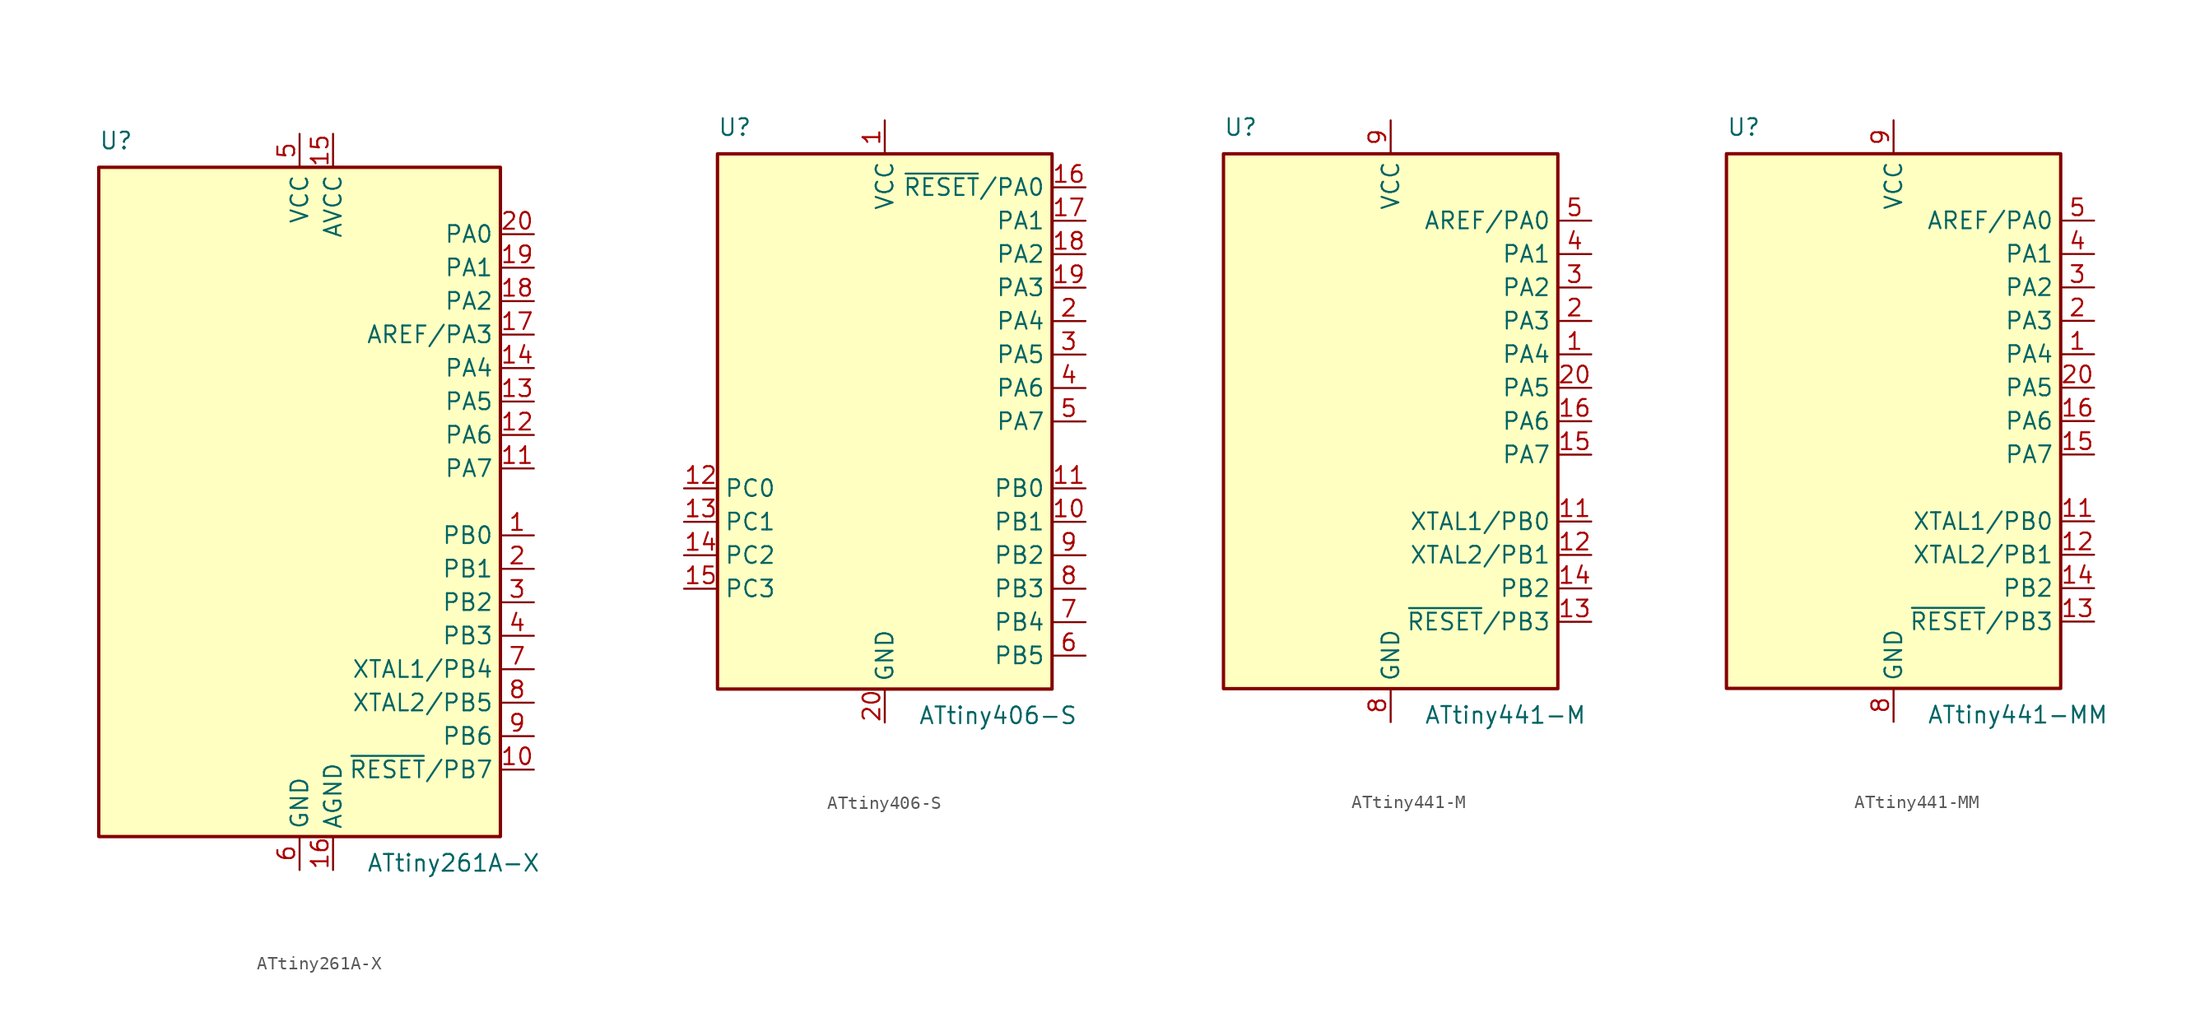
<source format=kicad_sym>
(kicad_symbol_lib
  (version 20201005)
  (generator kicad_symbol_editor)
  (symbol "MCU_Microchip_ATtiny:ATtiny261A-X"
    (property "Reference" "U"
      (at -15.24 26.67 0)
      (effects (font (size 1.27 1.27)) (justify left bottom)))
    (property "Value" "ATtiny261A-X"
      (at 5.08 -26.67 0)
      (effects (font (size 1.27 1.27)) (justify left top)))
    (symbol "ATtiny261A-X_0_1"
      (rectangle (start -15.24 -25.4) (end 15.24 25.4) (stroke (width 0.254)) (fill (type background))))
    (symbol "ATtiny261A-X_1_1"
      (pin bidirectional line (at 17.78 -2.54 180) (length 2.54) (name "PB0" (effects (font (size 1.27 1.27)))) (number "1" (effects (font (size 1.27 1.27)))))
      (pin bidirectional line (at 17.78 -20.32 180) (length 2.54) (name "~RESET~/PB7" (effects (font (size 1.27 1.27)))) (number "10" (effects (font (size 1.27 1.27)))))
      (pin bidirectional line (at 17.78 2.54 180) (length 2.54) (name "PA7" (effects (font (size 1.27 1.27)))) (number "11" (effects (font (size 1.27 1.27)))))
      (pin bidirectional line (at 17.78 5.08 180) (length 2.54) (name "PA6" (effects (font (size 1.27 1.27)))) (number "12" (effects (font (size 1.27 1.27)))))
      (pin bidirectional line (at 17.78 7.62 180) (length 2.54) (name "PA5" (effects (font (size 1.27 1.27)))) (number "13" (effects (font (size 1.27 1.27)))))
      (pin bidirectional line (at 17.78 10.16 180) (length 2.54) (name "PA4" (effects (font (size 1.27 1.27)))) (number "14" (effects (font (size 1.27 1.27)))))
      (pin power_in line (at 2.54 27.94 270) (length 2.54) (name "AVCC" (effects (font (size 1.27 1.27)))) (number "15" (effects (font (size 1.27 1.27)))))
      (pin power_in line (at 2.54 -27.94 90) (length 2.54) (name "AGND" (effects (font (size 1.27 1.27)))) (number "16" (effects (font (size 1.27 1.27)))))
      (pin bidirectional line (at 17.78 12.7 180) (length 2.54) (name "AREF/PA3" (effects (font (size 1.27 1.27)))) (number "17" (effects (font (size 1.27 1.27)))))
      (pin bidirectional line (at 17.78 15.24 180) (length 2.54) (name "PA2" (effects (font (size 1.27 1.27)))) (number "18" (effects (font (size 1.27 1.27)))))
      (pin bidirectional line (at 17.78 17.78 180) (length 2.54) (name "PA1" (effects (font (size 1.27 1.27)))) (number "19" (effects (font (size 1.27 1.27)))))
      (pin bidirectional line (at 17.78 -5.08 180) (length 2.54) (name "PB1" (effects (font (size 1.27 1.27)))) (number "2" (effects (font (size 1.27 1.27)))))
      (pin bidirectional line (at 17.78 20.32 180) (length 2.54) (name "PA0" (effects (font (size 1.27 1.27)))) (number "20" (effects (font (size 1.27 1.27)))))
      (pin bidirectional line (at 17.78 -7.62 180) (length 2.54) (name "PB2" (effects (font (size 1.27 1.27)))) (number "3" (effects (font (size 1.27 1.27)))))
      (pin bidirectional line (at 17.78 -10.16 180) (length 2.54) (name "PB3" (effects (font (size 1.27 1.27)))) (number "4" (effects (font (size 1.27 1.27)))))
      (pin power_in line (at 0 27.94 270) (length 2.54) (name "VCC" (effects (font (size 1.27 1.27)))) (number "5" (effects (font (size 1.27 1.27)))))
      (pin power_in line (at 0 -27.94 90) (length 2.54) (name "GND" (effects (font (size 1.27 1.27)))) (number "6" (effects (font (size 1.27 1.27)))))
      (pin bidirectional line (at 17.78 -12.7 180) (length 2.54) (name "XTAL1/PB4" (effects (font (size 1.27 1.27)))) (number "7" (effects (font (size 1.27 1.27)))))
      (pin bidirectional line (at 17.78 -15.24 180) (length 2.54) (name "XTAL2/PB5" (effects (font (size 1.27 1.27)))) (number "8" (effects (font (size 1.27 1.27)))))
      (pin bidirectional line (at 17.78 -17.78 180) (length 2.54) (name "PB6" (effects (font (size 1.27 1.27)))) (number "9" (effects (font (size 1.27 1.27)))))))
  (symbol "MCU_Microchip_ATtiny:ATtiny406-S"
    (property "Reference" "U"
      (at -12.7 21.59 0)
      (effects (font (size 1.27 1.27)) (justify left bottom)))
    (property "Value" "ATtiny406-S"
      (at 2.54 -21.59 0)
      (effects (font (size 1.27 1.27)) (justify left top)))
    (symbol "ATtiny406-S_0_1"
      (rectangle (start -12.7 -20.32) (end 12.7 20.32) (stroke (width 0.254)) (fill (type background))))
    (symbol "ATtiny406-S_1_1"
      (pin power_in line (at 0 22.86 270) (length 2.54) (name "VCC" (effects (font (size 1.27 1.27)))) (number "1" (effects (font (size 1.27 1.27)))))
      (pin bidirectional line (at 15.24 -7.62 180) (length 2.54) (name "PB1" (effects (font (size 1.27 1.27)))) (number "10" (effects (font (size 1.27 1.27)))))
      (pin bidirectional line (at 15.24 -5.08 180) (length 2.54) (name "PB0" (effects (font (size 1.27 1.27)))) (number "11" (effects (font (size 1.27 1.27)))))
      (pin bidirectional line (at -15.24 -5.08 0) (length 2.54) (name "PC0" (effects (font (size 1.27 1.27)))) (number "12" (effects (font (size 1.27 1.27)))))
      (pin bidirectional line (at -15.24 -7.62 0) (length 2.54) (name "PC1" (effects (font (size 1.27 1.27)))) (number "13" (effects (font (size 1.27 1.27)))))
      (pin bidirectional line (at -15.24 -10.16 0) (length 2.54) (name "PC2" (effects (font (size 1.27 1.27)))) (number "14" (effects (font (size 1.27 1.27)))))
      (pin bidirectional line (at -15.24 -12.7 0) (length 2.54) (name "PC3" (effects (font (size 1.27 1.27)))) (number "15" (effects (font (size 1.27 1.27)))))
      (pin bidirectional line (at 15.24 17.78 180) (length 2.54) (name "~RESET~/PA0" (effects (font (size 1.27 1.27)))) (number "16" (effects (font (size 1.27 1.27)))))
      (pin bidirectional line (at 15.24 15.24 180) (length 2.54) (name "PA1" (effects (font (size 1.27 1.27)))) (number "17" (effects (font (size 1.27 1.27)))))
      (pin bidirectional line (at 15.24 12.7 180) (length 2.54) (name "PA2" (effects (font (size 1.27 1.27)))) (number "18" (effects (font (size 1.27 1.27)))))
      (pin bidirectional line (at 15.24 10.16 180) (length 2.54) (name "PA3" (effects (font (size 1.27 1.27)))) (number "19" (effects (font (size 1.27 1.27)))))
      (pin bidirectional line (at 15.24 7.62 180) (length 2.54) (name "PA4" (effects (font (size 1.27 1.27)))) (number "2" (effects (font (size 1.27 1.27)))))
      (pin power_in line (at 0 -22.86 90) (length 2.54) (name "GND" (effects (font (size 1.27 1.27)))) (number "20" (effects (font (size 1.27 1.27)))))
      (pin bidirectional line (at 15.24 5.08 180) (length 2.54) (name "PA5" (effects (font (size 1.27 1.27)))) (number "3" (effects (font (size 1.27 1.27)))))
      (pin bidirectional line (at 15.24 2.54 180) (length 2.54) (name "PA6" (effects (font (size 1.27 1.27)))) (number "4" (effects (font (size 1.27 1.27)))))
      (pin bidirectional line (at 15.24 0 180) (length 2.54) (name "PA7" (effects (font (size 1.27 1.27)))) (number "5" (effects (font (size 1.27 1.27)))))
      (pin bidirectional line (at 15.24 -17.78 180) (length 2.54) (name "PB5" (effects (font (size 1.27 1.27)))) (number "6" (effects (font (size 1.27 1.27)))))
      (pin bidirectional line (at 15.24 -15.24 180) (length 2.54) (name "PB4" (effects (font (size 1.27 1.27)))) (number "7" (effects (font (size 1.27 1.27)))))
      (pin bidirectional line (at 15.24 -12.7 180) (length 2.54) (name "PB3" (effects (font (size 1.27 1.27)))) (number "8" (effects (font (size 1.27 1.27)))))
      (pin bidirectional line (at 15.24 -10.16 180) (length 2.54) (name "PB2" (effects (font (size 1.27 1.27)))) (number "9" (effects (font (size 1.27 1.27)))))))
  (symbol "MCU_Microchip_ATtiny:ATtiny441-M"
    (property "Reference" "U"
      (at -12.7 21.59 0)
      (effects (font (size 1.27 1.27)) (justify left bottom)))
    (property "Value" "ATtiny441-M"
      (at 2.54 -21.59 0)
      (effects (font (size 1.27 1.27)) (justify left top)))
    (symbol "ATtiny441-M_0_1"
      (rectangle (start -12.7 -20.32) (end 12.7 20.32) (stroke (width 0.254)) (fill (type background))))
    (symbol "ATtiny441-M_1_1"
      (pin bidirectional line (at 15.24 5.08 180) (length 2.54) (name "PA4" (effects (font (size 1.27 1.27)))) (number "1" (effects (font (size 1.27 1.27)))))
      (pin no_connect line (at -12.7 -10.16 0) (length 2.54) hide (name "NC" (effects (font (size 1.27 1.27)))) (number "10" (effects (font (size 1.27 1.27)))))
      (pin bidirectional line (at 15.24 -7.62 180) (length 2.54) (name "XTAL1/PB0" (effects (font (size 1.27 1.27)))) (number "11" (effects (font (size 1.27 1.27)))))
      (pin bidirectional line (at 15.24 -10.16 180) (length 2.54) (name "XTAL2/PB1" (effects (font (size 1.27 1.27)))) (number "12" (effects (font (size 1.27 1.27)))))
      (pin bidirectional line (at 15.24 -15.24 180) (length 2.54) (name "~RESET~/PB3" (effects (font (size 1.27 1.27)))) (number "13" (effects (font (size 1.27 1.27)))))
      (pin bidirectional line (at 15.24 -12.7 180) (length 2.54) (name "PB2" (effects (font (size 1.27 1.27)))) (number "14" (effects (font (size 1.27 1.27)))))
      (pin bidirectional line (at 15.24 -2.54 180) (length 2.54) (name "PA7" (effects (font (size 1.27 1.27)))) (number "15" (effects (font (size 1.27 1.27)))))
      (pin bidirectional line (at 15.24 0 180) (length 2.54) (name "PA6" (effects (font (size 1.27 1.27)))) (number "16" (effects (font (size 1.27 1.27)))))
      (pin no_connect line (at -12.7 -12.7 0) (length 2.54) hide (name "NC" (effects (font (size 1.27 1.27)))) (number "17" (effects (font (size 1.27 1.27)))))
      (pin no_connect line (at -12.7 -15.24 0) (length 2.54) hide (name "NC" (effects (font (size 1.27 1.27)))) (number "18" (effects (font (size 1.27 1.27)))))
      (pin no_connect line (at -12.7 -17.78 0) (length 2.54) hide (name "NC" (effects (font (size 1.27 1.27)))) (number "19" (effects (font (size 1.27 1.27)))))
      (pin bidirectional line (at 15.24 7.62 180) (length 2.54) (name "PA3" (effects (font (size 1.27 1.27)))) (number "2" (effects (font (size 1.27 1.27)))))
      (pin bidirectional line (at 15.24 2.54 180) (length 2.54) (name "PA5" (effects (font (size 1.27 1.27)))) (number "20" (effects (font (size 1.27 1.27)))))
      (pin passive line (at 0 -22.86 90) (length 2.54) hide (name "GND" (effects (font (size 1.27 1.27)))) (number "21" (effects (font (size 1.27 1.27)))))
      (pin bidirectional line (at 15.24 10.16 180) (length 2.54) (name "PA2" (effects (font (size 1.27 1.27)))) (number "3" (effects (font (size 1.27 1.27)))))
      (pin bidirectional line (at 15.24 12.7 180) (length 2.54) (name "PA1" (effects (font (size 1.27 1.27)))) (number "4" (effects (font (size 1.27 1.27)))))
      (pin bidirectional line (at 15.24 15.24 180) (length 2.54) (name "AREF/PA0" (effects (font (size 1.27 1.27)))) (number "5" (effects (font (size 1.27 1.27)))))
      (pin no_connect line (at -12.7 -5.08 0) (length 2.54) hide (name "NC" (effects (font (size 1.27 1.27)))) (number "6" (effects (font (size 1.27 1.27)))))
      (pin no_connect line (at -12.7 -7.62 0) (length 2.54) hide (name "NC" (effects (font (size 1.27 1.27)))) (number "7" (effects (font (size 1.27 1.27)))))
      (pin power_in line (at 0 -22.86 90) (length 2.54) (name "GND" (effects (font (size 1.27 1.27)))) (number "8" (effects (font (size 1.27 1.27)))))
      (pin power_in line (at 0 22.86 270) (length 2.54) (name "VCC" (effects (font (size 1.27 1.27)))) (number "9" (effects (font (size 1.27 1.27)))))))
  (symbol "MCU_Microchip_ATtiny:ATtiny441-MM"
    (property "Reference" "U"
      (at -12.7 21.59 0)
      (effects (font (size 1.27 1.27)) (justify left bottom)))
    (property "Value" "ATtiny441-MM"
      (at 2.54 -21.59 0)
      (effects (font (size 1.27 1.27)) (justify left top)))
    (symbol "ATtiny441-MM_0_1"
      (rectangle (start -12.7 -20.32) (end 12.7 20.32) (stroke (width 0.254)) (fill (type background))))
    (symbol "ATtiny441-MM_1_1"
      (pin bidirectional line (at 15.24 5.08 180) (length 2.54) (name "PA4" (effects (font (size 1.27 1.27)))) (number "1" (effects (font (size 1.27 1.27)))))
      (pin no_connect line (at -12.7 -10.16 0) (length 2.54) hide (name "NC" (effects (font (size 1.27 1.27)))) (number "10" (effects (font (size 1.27 1.27)))))
      (pin bidirectional line (at 15.24 -7.62 180) (length 2.54) (name "XTAL1/PB0" (effects (font (size 1.27 1.27)))) (number "11" (effects (font (size 1.27 1.27)))))
      (pin bidirectional line (at 15.24 -10.16 180) (length 2.54) (name "XTAL2/PB1" (effects (font (size 1.27 1.27)))) (number "12" (effects (font (size 1.27 1.27)))))
      (pin bidirectional line (at 15.24 -15.24 180) (length 2.54) (name "~RESET~/PB3" (effects (font (size 1.27 1.27)))) (number "13" (effects (font (size 1.27 1.27)))))
      (pin bidirectional line (at 15.24 -12.7 180) (length 2.54) (name "PB2" (effects (font (size 1.27 1.27)))) (number "14" (effects (font (size 1.27 1.27)))))
      (pin bidirectional line (at 15.24 -2.54 180) (length 2.54) (name "PA7" (effects (font (size 1.27 1.27)))) (number "15" (effects (font (size 1.27 1.27)))))
      (pin bidirectional line (at 15.24 0 180) (length 2.54) (name "PA6" (effects (font (size 1.27 1.27)))) (number "16" (effects (font (size 1.27 1.27)))))
      (pin no_connect line (at -12.7 -12.7 0) (length 2.54) hide (name "NC" (effects (font (size 1.27 1.27)))) (number "17" (effects (font (size 1.27 1.27)))))
      (pin no_connect line (at -12.7 -15.24 0) (length 2.54) hide (name "NC" (effects (font (size 1.27 1.27)))) (number "18" (effects (font (size 1.27 1.27)))))
      (pin no_connect line (at -12.7 -17.78 0) (length 2.54) hide (name "NC" (effects (font (size 1.27 1.27)))) (number "19" (effects (font (size 1.27 1.27)))))
      (pin bidirectional line (at 15.24 7.62 180) (length 2.54) (name "PA3" (effects (font (size 1.27 1.27)))) (number "2" (effects (font (size 1.27 1.27)))))
      (pin bidirectional line (at 15.24 2.54 180) (length 2.54) (name "PA5" (effects (font (size 1.27 1.27)))) (number "20" (effects (font (size 1.27 1.27)))))
      (pin passive line (at 0 -22.86 90) (length 2.54) hide (name "GND" (effects (font (size 1.27 1.27)))) (number "21" (effects (font (size 1.27 1.27)))))
      (pin bidirectional line (at 15.24 10.16 180) (length 2.54) (name "PA2" (effects (font (size 1.27 1.27)))) (number "3" (effects (font (size 1.27 1.27)))))
      (pin bidirectional line (at 15.24 12.7 180) (length 2.54) (name "PA1" (effects (font (size 1.27 1.27)))) (number "4" (effects (font (size 1.27 1.27)))))
      (pin bidirectional line (at 15.24 15.24 180) (length 2.54) (name "AREF/PA0" (effects (font (size 1.27 1.27)))) (number "5" (effects (font (size 1.27 1.27)))))
      (pin no_connect line (at -12.7 -5.08 0) (length 2.54) hide (name "NC" (effects (font (size 1.27 1.27)))) (number "6" (effects (font (size 1.27 1.27)))))
      (pin no_connect line (at -12.7 -7.62 0) (length 2.54) hide (name "NC" (effects (font (size 1.27 1.27)))) (number "7" (effects (font (size 1.27 1.27)))))
      (pin power_in line (at 0 -22.86 90) (length 2.54) (name "GND" (effects (font (size 1.27 1.27)))) (number "8" (effects (font (size 1.27 1.27)))))
      (pin power_in line (at 0 22.86 270) (length 2.54) (name "VCC" (effects (font (size 1.27 1.27)))) (number "9" (effects (font (size 1.27 1.27))))))))
</source>
